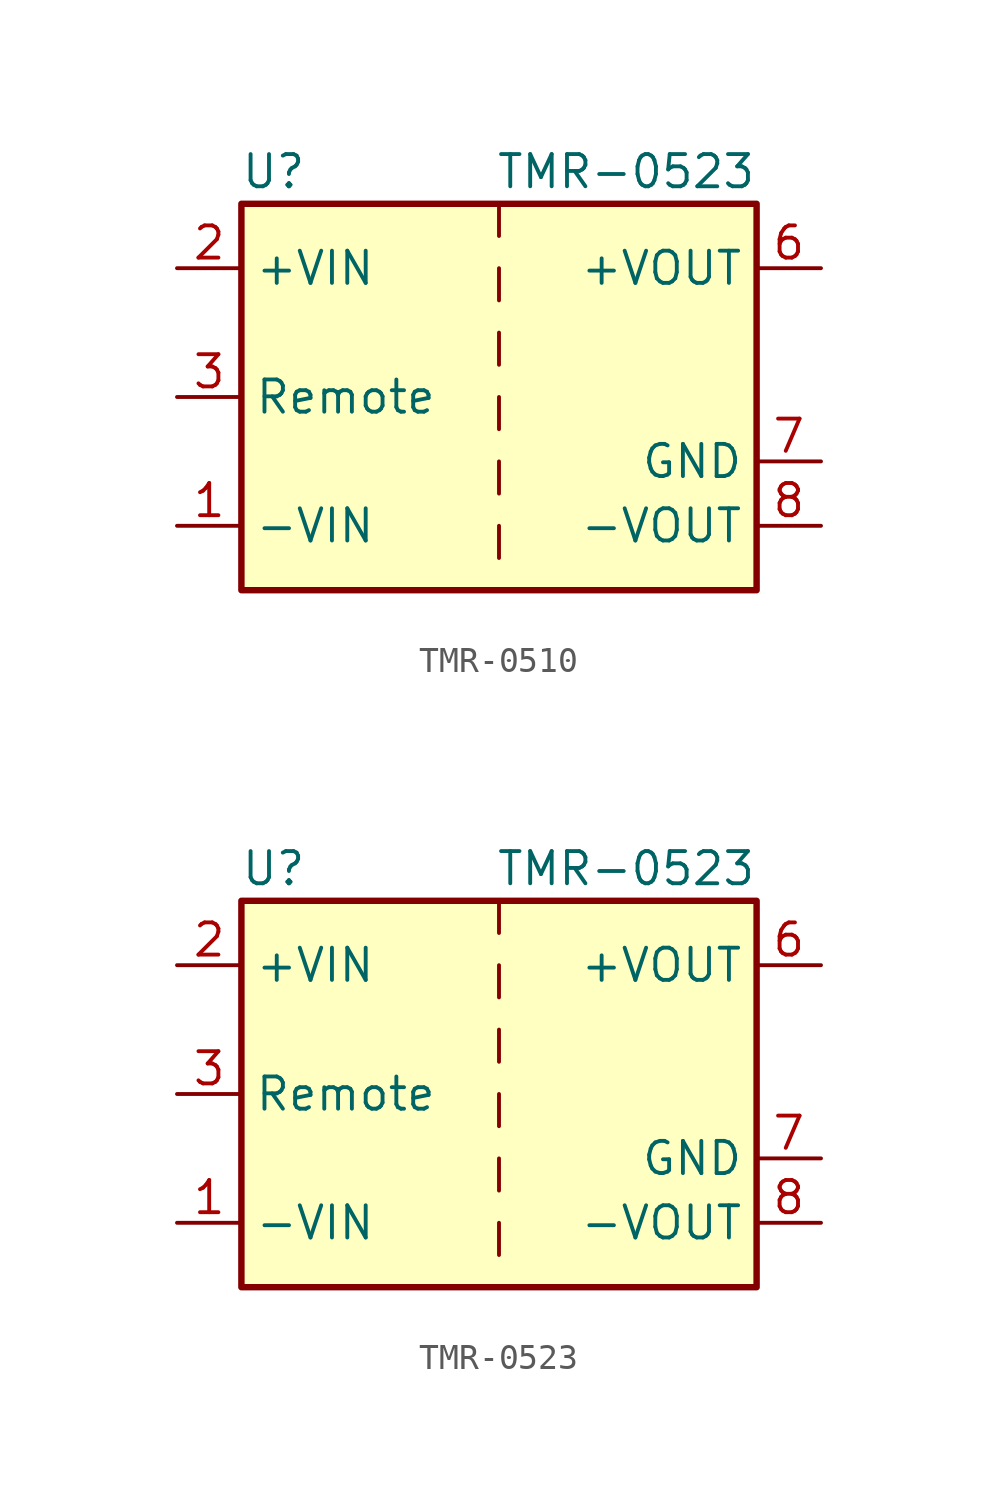
<source format=kicad_sym>
(kicad_symbol_lib
  (version 20231120)
  (generator "kicad_symbol_editor")
  (generator_version "8.0")
  (symbol "TMR-0510"
    (property "Reference" "U"
      (at -8.89 8.89 0)
      (effects (font (size 1.27 1.27))))
    (property "Value" "TMR-0523"
      (at 10.16 8.89 0)
      (effects (font (size 1.27 1.27)) (justify right)))
    (symbol "TMR-0510_0_1"
      (rectangle (start -10.16 7.62) (end 10.16 -7.62) (stroke (width 0.254) (type default)) (fill (type background)))
      (polyline (pts (xy 0 -5.08) (xy 0 -6.35)) (stroke (width 0) (type default)) (fill (type none)))
      (polyline (pts (xy 0 -2.54) (xy 0 -3.81)) (stroke (width 0) (type default)) (fill (type none)))
      (polyline (pts (xy 0 0) (xy 0 -1.27)) (stroke (width 0) (type default)) (fill (type none)))
      (polyline (pts (xy 0 2.54) (xy 0 1.27)) (stroke (width 0) (type default)) (fill (type none)))
      (polyline (pts (xy 0 5.08) (xy 0 3.81)) (stroke (width 0) (type default)) (fill (type none)))
      (polyline (pts (xy 0 7.62) (xy 0 6.35)) (stroke (width 0) (type default)) (fill (type none))))
    (symbol "TMR-0510_1_1"
      (pin power_in line (at -12.7 -5.08 0) (length 2.54) (name "-VIN" (effects (font (size 1.27 1.27)))) (number "1" (effects (font (size 1.27 1.27)))))
      (pin power_in line (at -12.7 5.08 0) (length 2.54) (name "+VIN" (effects (font (size 1.27 1.27)))) (number "2" (effects (font (size 1.27 1.27)))))
      (pin input line (at -12.7 0 0) (length 2.54) (name "Remote" (effects (font (size 1.27 1.27)))) (number "3" (effects (font (size 1.27 1.27)))))
      (pin no_connect line (at 10.16 2.54 180) (length 2.54) hide (name "NC" (effects (font (size 1.27 1.27)))) (number "5" (effects (font (size 1.27 1.27)))))
      (pin power_out line (at 12.7 5.08 180) (length 2.54) (name "+VOUT" (effects (font (size 1.27 1.27)))) (number "6" (effects (font (size 1.27 1.27)))))
      (pin power_out line (at 12.7 -2.54 180) (length 2.54) (name "GND" (effects (font (size 1.27 1.27)))) (number "7" (effects (font (size 1.27 1.27)))))
      (pin power_out line (at 12.7 -5.08 180) (length 2.54) (name "-VOUT" (effects (font (size 1.27 1.27)))) (number "8" (effects (font (size 1.27 1.27)))))
      (pin no_connect line (at 10.16 0 180) (length 2.54) hide (name "NC" (effects (font (size 1.27 1.27)))) (number "8" (effects (font (size 1.27 1.27)))))))
  (symbol "TMR-0523"
    (property "Reference" "U"
      (at -8.89 8.89 0)
      (effects (font (size 1.27 1.27))))
    (property "Value" "TMR-0523"
      (at 10.16 8.89 0)
      (effects (font (size 1.27 1.27)) (justify right)))
    (symbol "TMR-0523_0_1"
      (rectangle (start -10.16 7.62) (end 10.16 -7.62) (stroke (width 0.254) (type default)) (fill (type background)))
      (polyline (pts (xy 0 -5.08) (xy 0 -6.35)) (stroke (width 0) (type default)) (fill (type none)))
      (polyline (pts (xy 0 -2.54) (xy 0 -3.81)) (stroke (width 0) (type default)) (fill (type none)))
      (polyline (pts (xy 0 0) (xy 0 -1.27)) (stroke (width 0) (type default)) (fill (type none)))
      (polyline (pts (xy 0 2.54) (xy 0 1.27)) (stroke (width 0) (type default)) (fill (type none)))
      (polyline (pts (xy 0 5.08) (xy 0 3.81)) (stroke (width 0) (type default)) (fill (type none)))
      (polyline (pts (xy 0 7.62) (xy 0 6.35)) (stroke (width 0) (type default)) (fill (type none))))
    (symbol "TMR-0523_1_1"
      (pin power_in line (at -12.7 -5.08 0) (length 2.54) (name "-VIN" (effects (font (size 1.27 1.27)))) (number "1" (effects (font (size 1.27 1.27)))))
      (pin power_in line (at -12.7 5.08 0) (length 2.54) (name "+VIN" (effects (font (size 1.27 1.27)))) (number "2" (effects (font (size 1.27 1.27)))))
      (pin input line (at -12.7 0 0) (length 2.54) (name "Remote" (effects (font (size 1.27 1.27)))) (number "3" (effects (font (size 1.27 1.27)))))
      (pin no_connect line (at 10.16 2.54 180) (length 2.54) hide (name "NC" (effects (font (size 1.27 1.27)))) (number "5" (effects (font (size 1.27 1.27)))))
      (pin power_out line (at 12.7 5.08 180) (length 2.54) (name "+VOUT" (effects (font (size 1.27 1.27)))) (number "6" (effects (font (size 1.27 1.27)))))
      (pin power_out line (at 12.7 -2.54 180) (length 2.54) (name "GND" (effects (font (size 1.27 1.27)))) (number "7" (effects (font (size 1.27 1.27)))))
      (pin power_out line (at 12.7 -5.08 180) (length 2.54) (name "-VOUT" (effects (font (size 1.27 1.27)))) (number "8" (effects (font (size 1.27 1.27)))))
      (pin no_connect line (at 10.16 0 180) (length 2.54) hide (name "NC" (effects (font (size 1.27 1.27)))) (number "8" (effects (font (size 1.27 1.27))))))))
</source>
